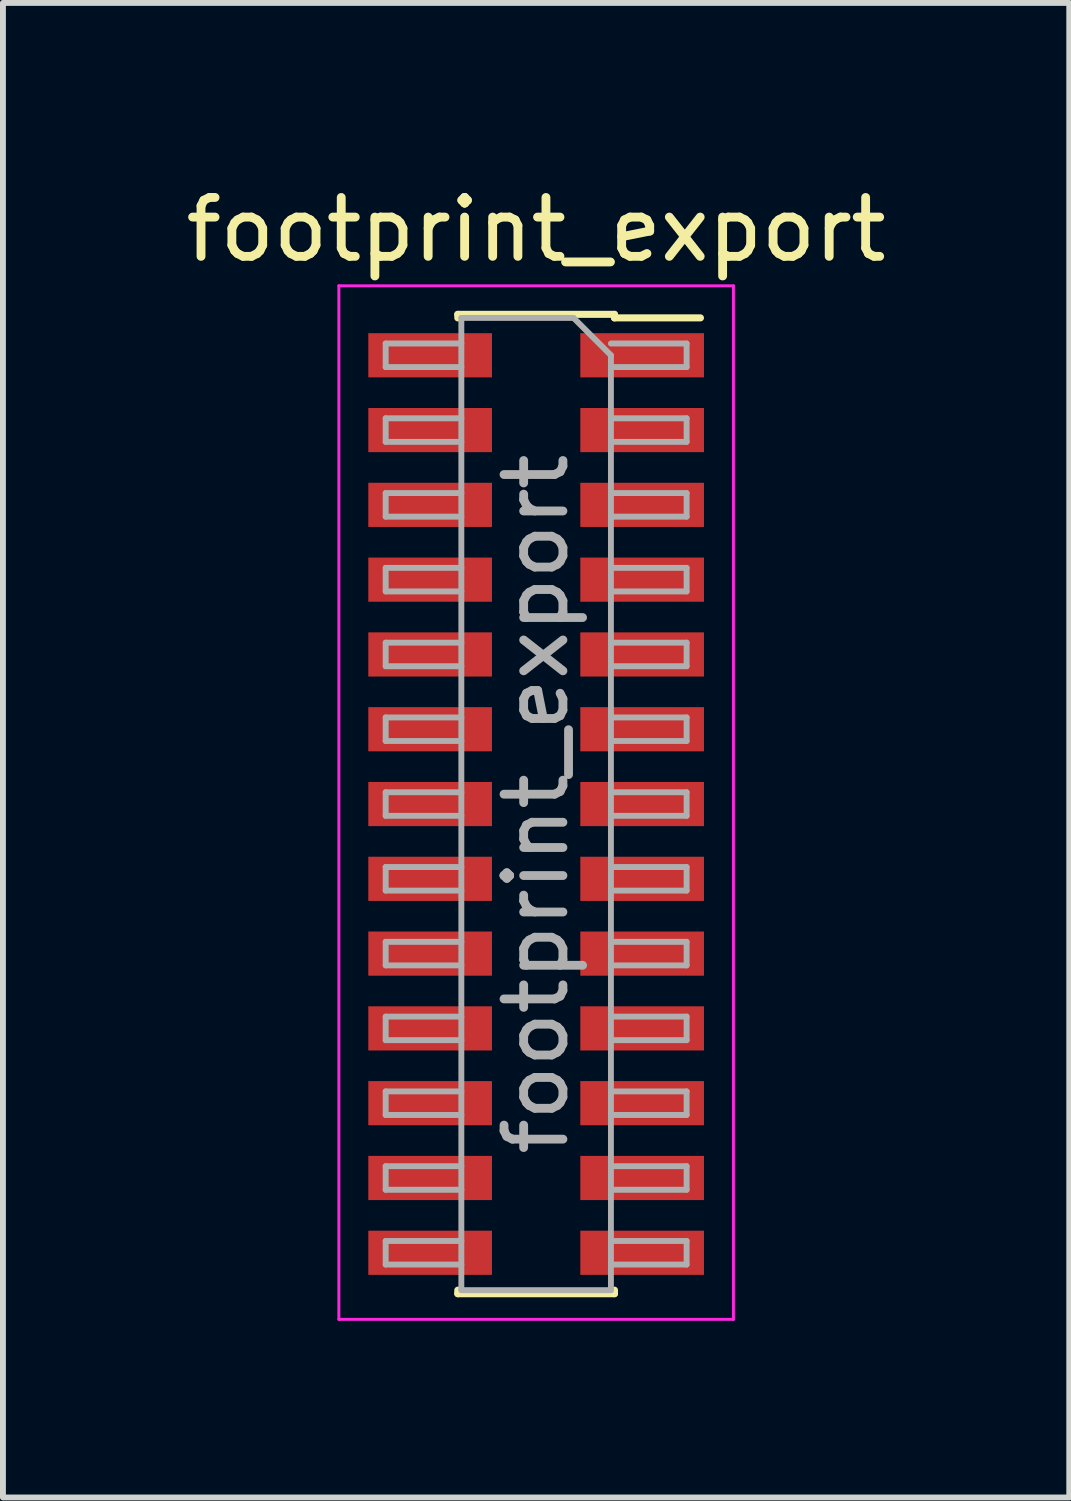
<source format=kicad_pcb>
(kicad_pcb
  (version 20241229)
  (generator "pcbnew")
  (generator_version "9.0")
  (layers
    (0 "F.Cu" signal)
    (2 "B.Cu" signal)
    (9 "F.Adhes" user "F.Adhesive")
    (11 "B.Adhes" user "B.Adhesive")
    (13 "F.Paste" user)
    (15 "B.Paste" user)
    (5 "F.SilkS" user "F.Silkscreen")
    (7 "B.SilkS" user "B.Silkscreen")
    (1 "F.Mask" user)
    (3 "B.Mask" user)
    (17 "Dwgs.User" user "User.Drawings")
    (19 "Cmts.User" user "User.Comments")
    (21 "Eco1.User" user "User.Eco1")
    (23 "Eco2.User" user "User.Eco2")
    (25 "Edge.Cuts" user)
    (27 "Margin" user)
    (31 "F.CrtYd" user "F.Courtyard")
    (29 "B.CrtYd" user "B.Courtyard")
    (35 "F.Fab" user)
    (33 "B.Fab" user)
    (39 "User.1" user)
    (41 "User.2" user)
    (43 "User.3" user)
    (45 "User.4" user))
  (footprint "footprint_export"
    (layer "F.Cu")
    (at 6.054 10.603)
    (property "Reference" "footprint_export" (at 0 -9.755 0) (layer "F.SilkS") (effects (font (size 1 1) (thickness 0.15))))
    (attr smd)
    (fp_line (start -1.33 -8.315) (end -1.33 -8.255) (stroke (width 0.12) (type solid)) (layer "F.SilkS"))
    (fp_line (start -1.33 -8.315) (end 1.33 -8.315) (stroke (width 0.12) (type solid)) (layer "F.SilkS"))
    (fp_line (start -1.33 8.255) (end -1.33 8.315) (stroke (width 0.12) (type solid)) (layer "F.SilkS"))
    (fp_line (start -1.33 8.315) (end 1.33 8.315) (stroke (width 0.12) (type solid)) (layer "F.SilkS"))
    (fp_line (start 1.33 -8.315) (end 1.33 -8.255) (stroke (width 0.12) (type solid)) (layer "F.SilkS"))
    (fp_line (start 1.33 -8.255) (end 2.79 -8.255) (stroke (width 0.12) (type solid)) (layer "F.SilkS"))
    (fp_line (start 1.33 8.255) (end 1.33 8.315) (stroke (width 0.12) (type solid)) (layer "F.SilkS"))
    (fp_line (start -3.35 -8.8) (end 3.35 -8.8) (stroke (width 0.05) (type solid)) (layer "F.CrtYd"))
    (fp_line (start -3.35 8.75) (end -3.35 -8.8) (stroke (width 0.05) (type solid)) (layer "F.CrtYd"))
    (fp_line (start 3.35 -8.8) (end 3.35 8.75) (stroke (width 0.05) (type solid)) (layer "F.CrtYd"))
    (fp_line (start 3.35 8.75) (end -3.35 8.75) (stroke (width 0.05) (type solid)) (layer "F.CrtYd"))
    (fp_line (start -2.555 -7.82) (end -1.27 -7.82) (stroke (width 0.1) (type solid)) (layer "F.Fab"))
    (fp_line (start -2.555 -7.42) (end -2.555 -7.82) (stroke (width 0.1) (type solid)) (layer "F.Fab"))
    (fp_line (start -2.555 -6.55) (end -1.27 -6.55) (stroke (width 0.1) (type solid)) (layer "F.Fab"))
    (fp_line (start -2.555 -6.15) (end -2.555 -6.55) (stroke (width 0.1) (type solid)) (layer "F.Fab"))
    (fp_line (start -2.555 -5.28) (end -1.27 -5.28) (stroke (width 0.1) (type solid)) (layer "F.Fab"))
    (fp_line (start -2.555 -4.88) (end -2.555 -5.28) (stroke (width 0.1) (type solid)) (layer "F.Fab"))
    (fp_line (start -2.555 -4.01) (end -1.27 -4.01) (stroke (width 0.1) (type solid)) (layer "F.Fab"))
    (fp_line (start -2.555 -3.61) (end -2.555 -4.01) (stroke (width 0.1) (type solid)) (layer "F.Fab"))
    (fp_line (start -2.555 -2.74) (end -1.27 -2.74) (stroke (width 0.1) (type solid)) (layer "F.Fab"))
    (fp_line (start -2.555 -2.34) (end -2.555 -2.74) (stroke (width 0.1) (type solid)) (layer "F.Fab"))
    (fp_line (start -2.555 -1.47) (end -1.27 -1.47) (stroke (width 0.1) (type solid)) (layer "F.Fab"))
    (fp_line (start -2.555 -1.07) (end -2.555 -1.47) (stroke (width 0.1) (type solid)) (layer "F.Fab"))
    (fp_line (start -2.555 -0.2) (end -1.27 -0.2) (stroke (width 0.1) (type solid)) (layer "F.Fab"))
    (fp_line (start -2.555 0.2) (end -2.555 -0.2) (stroke (width 0.1) (type solid)) (layer "F.Fab"))
    (fp_line (start -2.555 1.07) (end -1.27 1.07) (stroke (width 0.1) (type solid)) (layer "F.Fab"))
    (fp_line (start -2.555 1.47) (end -2.555 1.07) (stroke (width 0.1) (type solid)) (layer "F.Fab"))
    (fp_line (start -2.555 2.34) (end -1.27 2.34) (stroke (width 0.1) (type solid)) (layer "F.Fab"))
    (fp_line (start -2.555 2.74) (end -2.555 2.34) (stroke (width 0.1) (type solid)) (layer "F.Fab"))
    (fp_line (start -2.555 3.61) (end -1.27 3.61) (stroke (width 0.1) (type solid)) (layer "F.Fab"))
    (fp_line (start -2.555 4.01) (end -2.555 3.61) (stroke (width 0.1) (type solid)) (layer "F.Fab"))
    (fp_line (start -2.555 4.88) (end -1.27 4.88) (stroke (width 0.1) (type solid)) (layer "F.Fab"))
    (fp_line (start -2.555 5.28) (end -2.555 4.88) (stroke (width 0.1) (type solid)) (layer "F.Fab"))
    (fp_line (start -2.555 6.15) (end -1.27 6.15) (stroke (width 0.1) (type solid)) (layer "F.Fab"))
    (fp_line (start -2.555 6.55) (end -2.555 6.15) (stroke (width 0.1) (type solid)) (layer "F.Fab"))
    (fp_line (start -2.555 7.42) (end -1.27 7.42) (stroke (width 0.1) (type solid)) (layer "F.Fab"))
    (fp_line (start -2.555 7.82) (end -2.555 7.42) (stroke (width 0.1) (type solid)) (layer "F.Fab"))
    (fp_line (start -1.27 -8.255) (end 0.635 -8.255) (stroke (width 0.1) (type solid)) (layer "F.Fab"))
    (fp_line (start -1.27 -7.42) (end -2.555 -7.42) (stroke (width 0.1) (type solid)) (layer "F.Fab"))
    (fp_line (start -1.27 -6.15) (end -2.555 -6.15) (stroke (width 0.1) (type solid)) (layer "F.Fab"))
    (fp_line (start -1.27 -4.88) (end -2.555 -4.88) (stroke (width 0.1) (type solid)) (layer "F.Fab"))
    (fp_line (start -1.27 -3.61) (end -2.555 -3.61) (stroke (width 0.1) (type solid)) (layer "F.Fab"))
    (fp_line (start -1.27 -2.34) (end -2.555 -2.34) (stroke (width 0.1) (type solid)) (layer "F.Fab"))
    (fp_line (start -1.27 -1.07) (end -2.555 -1.07) (stroke (width 0.1) (type solid)) (layer "F.Fab"))
    (fp_line (start -1.27 0.2) (end -2.555 0.2) (stroke (width 0.1) (type solid)) (layer "F.Fab"))
    (fp_line (start -1.27 1.47) (end -2.555 1.47) (stroke (width 0.1) (type solid)) (layer "F.Fab"))
    (fp_line (start -1.27 2.74) (end -2.555 2.74) (stroke (width 0.1) (type solid)) (layer "F.Fab"))
    (fp_line (start -1.27 4.01) (end -2.555 4.01) (stroke (width 0.1) (type solid)) (layer "F.Fab"))
    (fp_line (start -1.27 5.28) (end -2.555 5.28) (stroke (width 0.1) (type solid)) (layer "F.Fab"))
    (fp_line (start -1.27 6.55) (end -2.555 6.55) (stroke (width 0.1) (type solid)) (layer "F.Fab"))
    (fp_line (start -1.27 7.82) (end -2.555 7.82) (stroke (width 0.1) (type solid)) (layer "F.Fab"))
    (fp_line (start -1.27 8.255) (end -1.27 -8.255) (stroke (width 0.1) (type solid)) (layer "F.Fab"))
    (fp_line (start 0.635 -8.255) (end 1.27 -7.62) (stroke (width 0.1) (type solid)) (layer "F.Fab"))
    (fp_line (start 1.27 -7.82) (end 2.555 -7.82) (stroke (width 0.1) (type solid)) (layer "F.Fab"))
    (fp_line (start 1.27 -7.62) (end 1.27 8.255) (stroke (width 0.1) (type solid)) (layer "F.Fab"))
    (fp_line (start 1.27 -6.55) (end 2.555 -6.55) (stroke (width 0.1) (type solid)) (layer "F.Fab"))
    (fp_line (start 1.27 -5.28) (end 2.555 -5.28) (stroke (width 0.1) (type solid)) (layer "F.Fab"))
    (fp_line (start 1.27 -4.01) (end 2.555 -4.01) (stroke (width 0.1) (type solid)) (layer "F.Fab"))
    (fp_line (start 1.27 -2.74) (end 2.555 -2.74) (stroke (width 0.1) (type solid)) (layer "F.Fab"))
    (fp_line (start 1.27 -1.47) (end 2.555 -1.47) (stroke (width 0.1) (type solid)) (layer "F.Fab"))
    (fp_line (start 1.27 -0.2) (end 2.555 -0.2) (stroke (width 0.1) (type solid)) (layer "F.Fab"))
    (fp_line (start 1.27 1.07) (end 2.555 1.07) (stroke (width 0.1) (type solid)) (layer "F.Fab"))
    (fp_line (start 1.27 2.34) (end 2.555 2.34) (stroke (width 0.1) (type solid)) (layer "F.Fab"))
    (fp_line (start 1.27 3.61) (end 2.555 3.61) (stroke (width 0.1) (type solid)) (layer "F.Fab"))
    (fp_line (start 1.27 4.88) (end 2.555 4.88) (stroke (width 0.1) (type solid)) (layer "F.Fab"))
    (fp_line (start 1.27 6.15) (end 2.555 6.15) (stroke (width 0.1) (type solid)) (layer "F.Fab"))
    (fp_line (start 1.27 7.42) (end 2.555 7.42) (stroke (width 0.1) (type solid)) (layer "F.Fab"))
    (fp_line (start 1.27 8.255) (end -1.27 8.255) (stroke (width 0.1) (type solid)) (layer "F.Fab"))
    (fp_line (start 2.555 -7.82) (end 2.555 -7.42) (stroke (width 0.1) (type solid)) (layer "F.Fab"))
    (fp_line (start 2.555 -7.42) (end 1.27 -7.42) (stroke (width 0.1) (type solid)) (layer "F.Fab"))
    (fp_line (start 2.555 -6.55) (end 2.555 -6.15) (stroke (width 0.1) (type solid)) (layer "F.Fab"))
    (fp_line (start 2.555 -6.15) (end 1.27 -6.15) (stroke (width 0.1) (type solid)) (layer "F.Fab"))
    (fp_line (start 2.555 -5.28) (end 2.555 -4.88) (stroke (width 0.1) (type solid)) (layer "F.Fab"))
    (fp_line (start 2.555 -4.88) (end 1.27 -4.88) (stroke (width 0.1) (type solid)) (layer "F.Fab"))
    (fp_line (start 2.555 -4.01) (end 2.555 -3.61) (stroke (width 0.1) (type solid)) (layer "F.Fab"))
    (fp_line (start 2.555 -3.61) (end 1.27 -3.61) (stroke (width 0.1) (type solid)) (layer "F.Fab"))
    (fp_line (start 2.555 -2.74) (end 2.555 -2.34) (stroke (width 0.1) (type solid)) (layer "F.Fab"))
    (fp_line (start 2.555 -2.34) (end 1.27 -2.34) (stroke (width 0.1) (type solid)) (layer "F.Fab"))
    (fp_line (start 2.555 -1.47) (end 2.555 -1.07) (stroke (width 0.1) (type solid)) (layer "F.Fab"))
    (fp_line (start 2.555 -1.07) (end 1.27 -1.07) (stroke (width 0.1) (type solid)) (layer "F.Fab"))
    (fp_line (start 2.555 -0.2) (end 2.555 0.2) (stroke (width 0.1) (type solid)) (layer "F.Fab"))
    (fp_line (start 2.555 0.2) (end 1.27 0.2) (stroke (width 0.1) (type solid)) (layer "F.Fab"))
    (fp_line (start 2.555 1.07) (end 2.555 1.47) (stroke (width 0.1) (type solid)) (layer "F.Fab"))
    (fp_line (start 2.555 1.47) (end 1.27 1.47) (stroke (width 0.1) (type solid)) (layer "F.Fab"))
    (fp_line (start 2.555 2.34) (end 2.555 2.74) (stroke (width 0.1) (type solid)) (layer "F.Fab"))
    (fp_line (start 2.555 2.74) (end 1.27 2.74) (stroke (width 0.1) (type solid)) (layer "F.Fab"))
    (fp_line (start 2.555 3.61) (end 2.555 4.01) (stroke (width 0.1) (type solid)) (layer "F.Fab"))
    (fp_line (start 2.555 4.01) (end 1.27 4.01) (stroke (width 0.1) (type solid)) (layer "F.Fab"))
    (fp_line (start 2.555 4.88) (end 2.555 5.28) (stroke (width 0.1) (type solid)) (layer "F.Fab"))
    (fp_line (start 2.555 5.28) (end 1.27 5.28) (stroke (width 0.1) (type solid)) (layer "F.Fab"))
    (fp_line (start 2.555 6.15) (end 2.555 6.55) (stroke (width 0.1) (type solid)) (layer "F.Fab"))
    (fp_line (start 2.555 6.55) (end 1.27 6.55) (stroke (width 0.1) (type solid)) (layer "F.Fab"))
    (fp_line (start 2.555 7.42) (end 2.555 7.82) (stroke (width 0.1) (type solid)) (layer "F.Fab"))
    (fp_line (start 2.555 7.82) (end 1.27 7.82) (stroke (width 0.1) (type solid)) (layer "F.Fab"))
    (fp_text user "${REFERENCE}" (at 0 0 90) (layer "F.Fab") (effects (font (size 1 1) (thickness 0.15))))
    (pad "1" smd rect (at 1.8 -7.62) (size 2.1 0.75) (layers "F.Cu" "F.Mask" "F.Paste"))
    (pad "2" smd rect (at -1.8 -7.62) (size 2.1 0.75) (layers "F.Cu" "F.Mask" "F.Paste"))
    (pad "3" smd rect (at 1.8 -6.35) (size 2.1 0.75) (layers "F.Cu" "F.Mask" "F.Paste"))
    (pad "4" smd rect (at -1.8 -6.35) (size 2.1 0.75) (layers "F.Cu" "F.Mask" "F.Paste"))
    (pad "5" smd rect (at 1.8 -5.08) (size 2.1 0.75) (layers "F.Cu" "F.Mask" "F.Paste"))
    (pad "6" smd rect (at -1.8 -5.08) (size 2.1 0.75) (layers "F.Cu" "F.Mask" "F.Paste"))
    (pad "7" smd rect (at 1.8 -3.81) (size 2.1 0.75) (layers "F.Cu" "F.Mask" "F.Paste"))
    (pad "8" smd rect (at -1.8 -3.81) (size 2.1 0.75) (layers "F.Cu" "F.Mask" "F.Paste"))
    (pad "9" smd rect (at 1.8 -2.54) (size 2.1 0.75) (layers "F.Cu" "F.Mask" "F.Paste"))
    (pad "10" smd rect (at -1.8 -2.54) (size 2.1 0.75) (layers "F.Cu" "F.Mask" "F.Paste"))
    (pad "11" smd rect (at 1.8 -1.27) (size 2.1 0.75) (layers "F.Cu" "F.Mask" "F.Paste"))
    (pad "12" smd rect (at -1.8 -1.27) (size 2.1 0.75) (layers "F.Cu" "F.Mask" "F.Paste"))
    (pad "13" smd rect (at 1.8 0) (size 2.1 0.75) (layers "F.Cu" "F.Mask" "F.Paste"))
    (pad "14" smd rect (at -1.8 0) (size 2.1 0.75) (layers "F.Cu" "F.Mask" "F.Paste"))
    (pad "15" smd rect (at 1.8 1.27) (size 2.1 0.75) (layers "F.Cu" "F.Mask" "F.Paste"))
    (pad "16" smd rect (at -1.8 1.27) (size 2.1 0.75) (layers "F.Cu" "F.Mask" "F.Paste"))
    (pad "17" smd rect (at 1.8 2.54) (size 2.1 0.75) (layers "F.Cu" "F.Mask" "F.Paste"))
    (pad "18" smd rect (at -1.8 2.54) (size 2.1 0.75) (layers "F.Cu" "F.Mask" "F.Paste"))
    (pad "19" smd rect (at 1.8 3.81) (size 2.1 0.75) (layers "F.Cu" "F.Mask" "F.Paste"))
    (pad "20" smd rect (at -1.8 3.81) (size 2.1 0.75) (layers "F.Cu" "F.Mask" "F.Paste"))
    (pad "21" smd rect (at 1.8 5.08) (size 2.1 0.75) (layers "F.Cu" "F.Mask" "F.Paste"))
    (pad "22" smd rect (at -1.8 5.08) (size 2.1 0.75) (layers "F.Cu" "F.Mask" "F.Paste"))
    (pad "23" smd rect (at 1.8 6.35) (size 2.1 0.75) (layers "F.Cu" "F.Mask" "F.Paste"))
    (pad "24" smd rect (at -1.8 6.35) (size 2.1 0.75) (layers "F.Cu" "F.Mask" "F.Paste"))
    (pad "25" smd rect (at 1.8 7.62) (size 2.1 0.75) (layers "F.Cu" "F.Mask" "F.Paste"))
    (pad "26" smd rect (at -1.8 7.62) (size 2.1 0.75) (layers "F.Cu" "F.Mask" "F.Paste")))
  (gr_rect
    (start -3 -3)
    (end 15.107 22.378)
    (stroke (width 0.1) (type default))
    (fill no)
    (layer "Edge.Cuts")))
</source>
